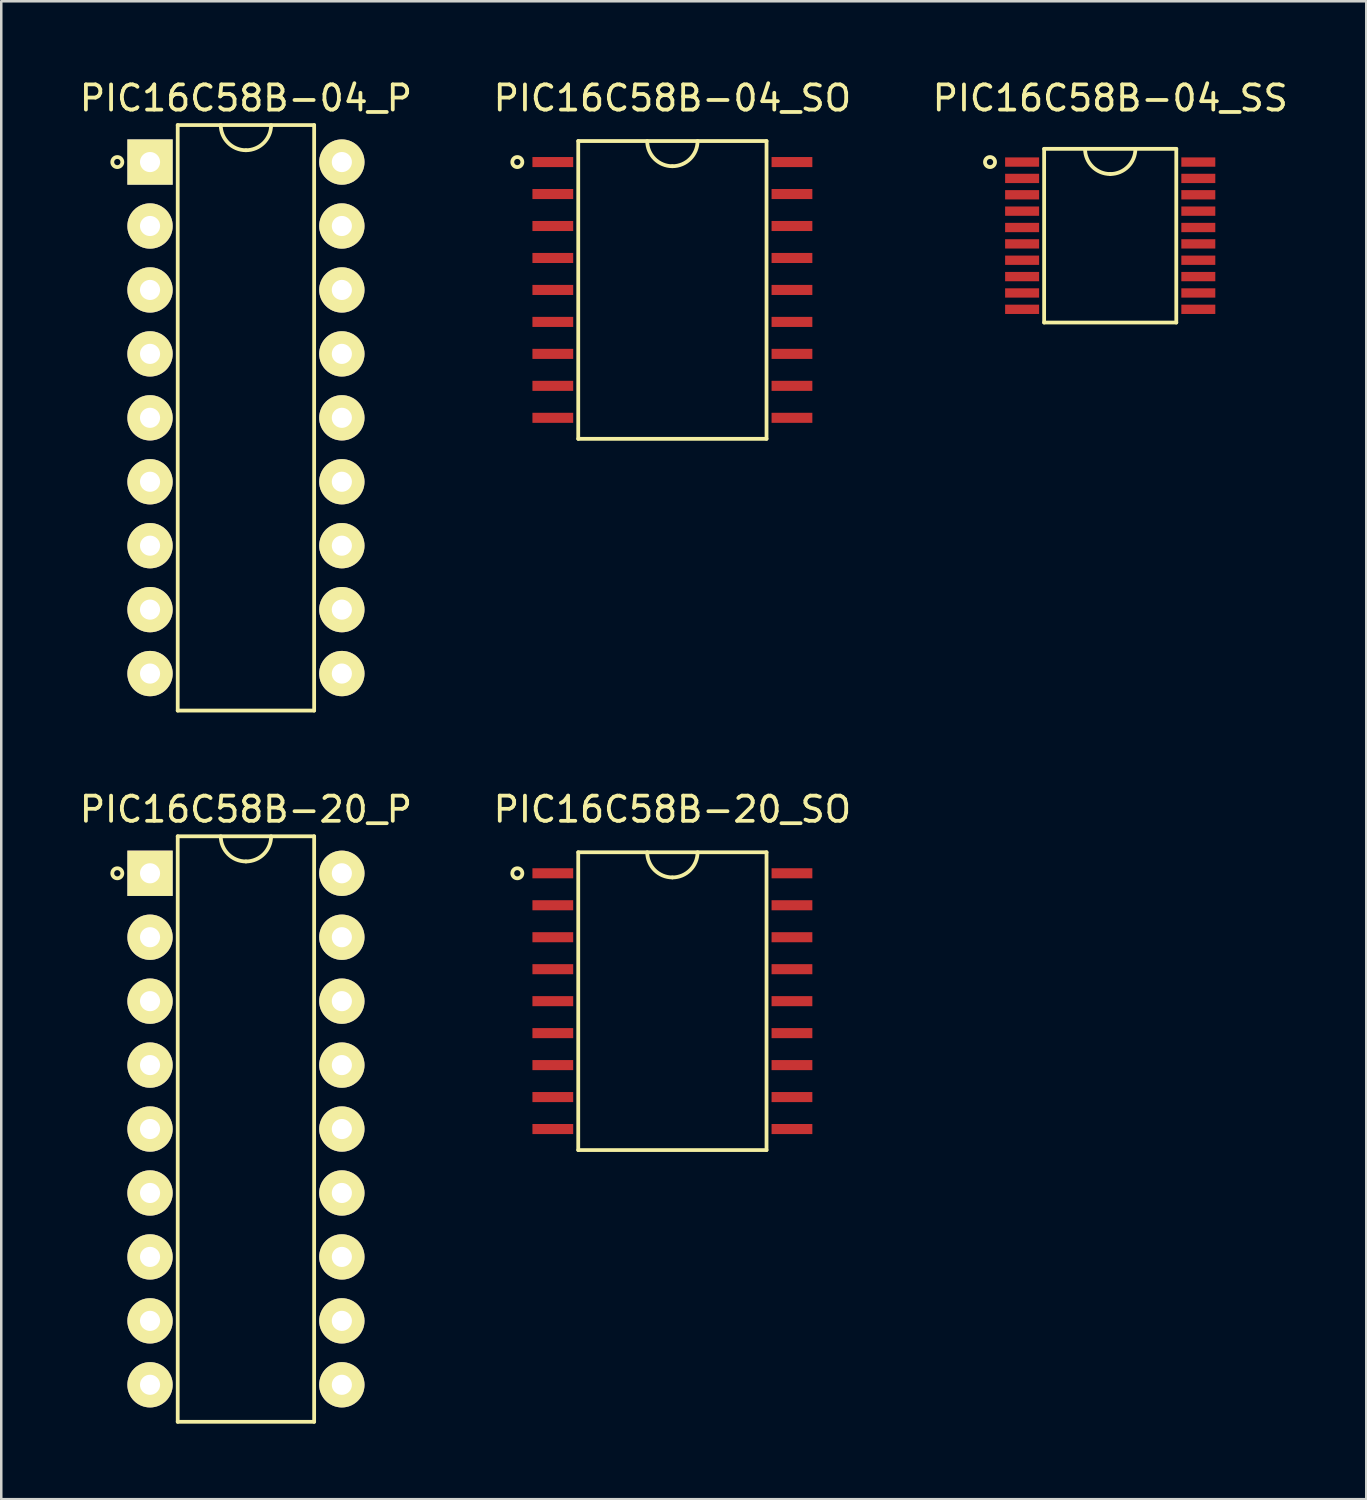
<source format=kicad_pcb>
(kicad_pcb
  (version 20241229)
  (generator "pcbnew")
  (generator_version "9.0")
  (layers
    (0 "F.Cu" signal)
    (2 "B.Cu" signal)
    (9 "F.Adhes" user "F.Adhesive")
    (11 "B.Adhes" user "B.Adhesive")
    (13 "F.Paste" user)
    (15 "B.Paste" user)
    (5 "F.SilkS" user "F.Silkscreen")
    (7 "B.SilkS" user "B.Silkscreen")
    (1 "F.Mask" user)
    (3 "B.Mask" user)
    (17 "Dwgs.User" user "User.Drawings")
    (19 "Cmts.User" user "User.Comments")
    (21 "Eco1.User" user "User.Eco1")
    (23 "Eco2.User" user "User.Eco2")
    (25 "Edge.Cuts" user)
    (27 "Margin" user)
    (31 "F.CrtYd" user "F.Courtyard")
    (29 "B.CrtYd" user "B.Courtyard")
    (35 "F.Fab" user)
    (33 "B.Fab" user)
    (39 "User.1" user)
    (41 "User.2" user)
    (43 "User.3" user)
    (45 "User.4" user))
  (footprint "PIC16C58B-04_SO"
    (layer "F.Cu")
    (at 18.911 3.388)
    (property "Reference" "PIC16C58B-04_SO" (at 4.75 -2.54 0) (layer "F.SilkS") (effects (font (size 1 1) (thickness 0.15))))
    (attr through_hole)
    (fp_line (start 1.01 -0.835) (end 8.49 -0.835) (stroke (width 0.15) (type solid)) (layer "F.SilkS"))
    (fp_line (start 1.01 10.995) (end 1.01 -0.835) (stroke (width 0.15) (type solid)) (layer "F.SilkS"))
    (fp_line (start 8.49 -0.835) (end 8.49 10.995) (stroke (width 0.15) (type solid)) (layer "F.SilkS"))
    (fp_line (start 8.49 10.995) (end 1.01 10.995) (stroke (width 0.15) (type solid)) (layer "F.SilkS"))
    (fp_arc (start 4.75 0.165) (mid 4.042893 -0.127893) (end 3.75 -0.835) (stroke (width 0.15) (type solid)) (layer "F.SilkS"))
    (fp_arc (start 5.75 -0.835) (mid 5.457107 -0.127893) (end 4.75 0.165) (stroke (width 0.15) (type solid)) (layer "F.SilkS"))
    (fp_circle (center -1.41 0) (end -1.41 0.2) (stroke (width 0.15) (type solid)) (fill no) (layer "F.SilkS"))
    (pad "1" smd rect (at 0 0) (size 1.62 0.4) (layers "F.Cu" "F.Mask" "F.Paste"))
    (pad "2" smd rect (at 0 1.27) (size 1.62 0.4) (layers "F.Cu" "F.Mask" "F.Paste"))
    (pad "3" smd rect (at 0 2.54) (size 1.62 0.4) (layers "F.Cu" "F.Mask" "F.Paste"))
    (pad "4" smd rect (at 0 3.81) (size 1.62 0.4) (layers "F.Cu" "F.Mask" "F.Paste"))
    (pad "5" smd rect (at 0 5.08) (size 1.62 0.4) (layers "F.Cu" "F.Mask" "F.Paste"))
    (pad "6" smd rect (at 0 6.35) (size 1.62 0.4) (layers "F.Cu" "F.Mask" "F.Paste"))
    (pad "7" smd rect (at 0 7.62) (size 1.62 0.4) (layers "F.Cu" "F.Mask" "F.Paste"))
    (pad "8" smd rect (at 0 8.89) (size 1.62 0.4) (layers "F.Cu" "F.Mask" "F.Paste"))
    (pad "9" smd rect (at 0 10.16) (size 1.62 0.4) (layers "F.Cu" "F.Mask" "F.Paste"))
    (pad "10" smd rect (at 9.5 10.16) (size 1.62 0.4) (layers "F.Cu" "F.Mask" "F.Paste"))
    (pad "11" smd rect (at 9.5 8.89) (size 1.62 0.4) (layers "F.Cu" "F.Mask" "F.Paste"))
    (pad "12" smd rect (at 9.5 7.62) (size 1.62 0.4) (layers "F.Cu" "F.Mask" "F.Paste"))
    (pad "13" smd rect (at 9.5 6.35) (size 1.62 0.4) (layers "F.Cu" "F.Mask" "F.Paste"))
    (pad "14" smd rect (at 9.5 5.08) (size 1.62 0.4) (layers "F.Cu" "F.Mask" "F.Paste"))
    (pad "15" smd rect (at 9.5 3.81) (size 1.62 0.4) (layers "F.Cu" "F.Mask" "F.Paste"))
    (pad "16" smd rect (at 9.5 2.54) (size 1.62 0.4) (layers "F.Cu" "F.Mask" "F.Paste"))
    (pad "17" smd rect (at 9.5 1.27) (size 1.62 0.4) (layers "F.Cu" "F.Mask" "F.Paste"))
    (pad "18" smd rect (at 9.5 0) (size 1.62 0.4) (layers "F.Cu" "F.Mask" "F.Paste")))
  (footprint "PIC16C58B-04_P"
    (layer "F.Cu")
    (at 2.91 3.388)
    (property "Reference" "PIC16C58B-04_P" (at 3.81 -2.54 0) (layer "F.SilkS") (effects (font (size 1 1) (thickness 0.15))))
    (attr through_hole)
    (fp_line (start 1.1 -1.47) (end 6.52 -1.47) (stroke (width 0.15) (type solid)) (layer "F.SilkS"))
    (fp_line (start 1.1 21.79) (end 1.1 -1.47) (stroke (width 0.15) (type solid)) (layer "F.SilkS"))
    (fp_line (start 6.52 -1.47) (end 6.52 21.79) (stroke (width 0.15) (type solid)) (layer "F.SilkS"))
    (fp_line (start 6.52 21.79) (end 1.1 21.79) (stroke (width 0.15) (type solid)) (layer "F.SilkS"))
    (fp_arc (start 3.81 -0.47) (mid 3.102893 -0.762893) (end 2.81 -1.47) (stroke (width 0.15) (type solid)) (layer "F.SilkS"))
    (fp_arc (start 4.81 -1.47) (mid 4.517107 -0.762893) (end 3.81 -0.47) (stroke (width 0.15) (type solid)) (layer "F.SilkS"))
    (fp_circle (center -1.3 0) (end -1.3 0.2) (stroke (width 0.15) (type solid)) (fill no) (layer "F.SilkS"))
    (pad "1" thru_hole rect (at 0 0) (size 1.8 1.8) (drill 0.8) (layers "*.Cu" "*.Mask" "F.SilkS"))
    (pad "2" thru_hole circle (at 0 2.54) (size 1.8 1.8) (drill 0.8) (layers "*.Cu" "*.Mask" "F.SilkS"))
    (pad "3" thru_hole circle (at 0 5.08) (size 1.8 1.8) (drill 0.8) (layers "*.Cu" "*.Mask" "F.SilkS"))
    (pad "4" thru_hole circle (at 0 7.62) (size 1.8 1.8) (drill 0.8) (layers "*.Cu" "*.Mask" "F.SilkS"))
    (pad "5" thru_hole circle (at 0 10.16) (size 1.8 1.8) (drill 0.8) (layers "*.Cu" "*.Mask" "F.SilkS"))
    (pad "6" thru_hole circle (at 0 12.7) (size 1.8 1.8) (drill 0.8) (layers "*.Cu" "*.Mask" "F.SilkS"))
    (pad "7" thru_hole circle (at 0 15.24) (size 1.8 1.8) (drill 0.8) (layers "*.Cu" "*.Mask" "F.SilkS"))
    (pad "8" thru_hole circle (at 0 17.78) (size 1.8 1.8) (drill 0.8) (layers "*.Cu" "*.Mask" "F.SilkS"))
    (pad "9" thru_hole circle (at 0 20.32) (size 1.8 1.8) (drill 0.8) (layers "*.Cu" "*.Mask" "F.SilkS"))
    (pad "10" thru_hole circle (at 7.62 20.32) (size 1.8 1.8) (drill 0.8) (layers "*.Cu" "*.Mask" "F.SilkS"))
    (pad "11" thru_hole circle (at 7.62 17.78) (size 1.8 1.8) (drill 0.8) (layers "*.Cu" "*.Mask" "F.SilkS"))
    (pad "12" thru_hole circle (at 7.62 15.24) (size 1.8 1.8) (drill 0.8) (layers "*.Cu" "*.Mask" "F.SilkS"))
    (pad "13" thru_hole circle (at 7.62 12.7) (size 1.8 1.8) (drill 0.8) (layers "*.Cu" "*.Mask" "F.SilkS"))
    (pad "14" thru_hole circle (at 7.62 10.16) (size 1.8 1.8) (drill 0.8) (layers "*.Cu" "*.Mask" "F.SilkS"))
    (pad "15" thru_hole circle (at 7.62 7.62) (size 1.8 1.8) (drill 0.8) (layers "*.Cu" "*.Mask" "F.SilkS"))
    (pad "16" thru_hole circle (at 7.62 5.08) (size 1.8 1.8) (drill 0.8) (layers "*.Cu" "*.Mask" "F.SilkS"))
    (pad "17" thru_hole circle (at 7.62 2.54) (size 1.8 1.8) (drill 0.8) (layers "*.Cu" "*.Mask" "F.SilkS"))
    (pad "18" thru_hole circle (at 7.62 0) (size 1.8 1.8) (drill 0.8) (layers "*.Cu" "*.Mask" "F.SilkS")))
  (footprint "PIC16C58B-04_SS"
    (layer "F.Cu")
    (at 37.554 3.388)
    (property "Reference" "PIC16C58B-04_SS" (at 3.5 -2.54 0) (layer "F.SilkS") (effects (font (size 1 1) (thickness 0.15))))
    (attr through_hole)
    (fp_line (start 0.875 -0.525) (end 6.125 -0.525) (stroke (width 0.15) (type solid)) (layer "F.SilkS"))
    (fp_line (start 0.875 6.375) (end 0.875 -0.525) (stroke (width 0.15) (type solid)) (layer "F.SilkS"))
    (fp_line (start 6.125 -0.525) (end 6.125 6.375) (stroke (width 0.15) (type solid)) (layer "F.SilkS"))
    (fp_line (start 6.125 6.375) (end 0.875 6.375) (stroke (width 0.15) (type solid)) (layer "F.SilkS"))
    (fp_arc (start 3.5 0.475) (mid 2.792893 0.182107) (end 2.5 -0.525) (stroke (width 0.15) (type solid)) (layer "F.SilkS"))
    (fp_arc (start 4.5 -0.525) (mid 4.207107 0.182107) (end 3.5 0.475) (stroke (width 0.15) (type solid)) (layer "F.SilkS"))
    (fp_circle (center -1.275 0) (end -1.275 0.2) (stroke (width 0.15) (type solid)) (fill no) (layer "F.SilkS"))
    (pad "1" smd rect (at 0 0) (size 1.35 0.37) (layers "F.Cu" "F.Mask" "F.Paste"))
    (pad "2" smd rect (at 0 0.65) (size 1.35 0.37) (layers "F.Cu" "F.Mask" "F.Paste"))
    (pad "3" smd rect (at 0 1.3) (size 1.35 0.37) (layers "F.Cu" "F.Mask" "F.Paste"))
    (pad "4" smd rect (at 0 1.95) (size 1.35 0.37) (layers "F.Cu" "F.Mask" "F.Paste"))
    (pad "5" smd rect (at 0 2.6) (size 1.35 0.37) (layers "F.Cu" "F.Mask" "F.Paste"))
    (pad "6" smd rect (at 0 3.25) (size 1.35 0.37) (layers "F.Cu" "F.Mask" "F.Paste"))
    (pad "7" smd rect (at 0 3.9) (size 1.35 0.37) (layers "F.Cu" "F.Mask" "F.Paste"))
    (pad "8" smd rect (at 0 4.55) (size 1.35 0.37) (layers "F.Cu" "F.Mask" "F.Paste"))
    (pad "9" smd rect (at 0 5.2) (size 1.35 0.37) (layers "F.Cu" "F.Mask" "F.Paste"))
    (pad "10" smd rect (at 0 5.85) (size 1.35 0.37) (layers "F.Cu" "F.Mask" "F.Paste"))
    (pad "11" smd rect (at 7 5.85) (size 1.35 0.37) (layers "F.Cu" "F.Mask" "F.Paste"))
    (pad "12" smd rect (at 7 5.2) (size 1.35 0.37) (layers "F.Cu" "F.Mask" "F.Paste"))
    (pad "13" smd rect (at 7 4.55) (size 1.35 0.37) (layers "F.Cu" "F.Mask" "F.Paste"))
    (pad "14" smd rect (at 7 3.9) (size 1.35 0.37) (layers "F.Cu" "F.Mask" "F.Paste"))
    (pad "15" smd rect (at 7 3.25) (size 1.35 0.37) (layers "F.Cu" "F.Mask" "F.Paste"))
    (pad "16" smd rect (at 7 2.6) (size 1.35 0.37) (layers "F.Cu" "F.Mask" "F.Paste"))
    (pad "17" smd rect (at 7 1.95) (size 1.35 0.37) (layers "F.Cu" "F.Mask" "F.Paste"))
    (pad "18" smd rect (at 7 1.3) (size 1.35 0.37) (layers "F.Cu" "F.Mask" "F.Paste"))
    (pad "19" smd rect (at 7 0.65) (size 1.35 0.37) (layers "F.Cu" "F.Mask" "F.Paste"))
    (pad "20" smd rect (at 7 0) (size 1.35 0.37) (layers "F.Cu" "F.Mask" "F.Paste")))
  (footprint "PIC16C58B-20_SO"
    (layer "F.Cu")
    (at 18.911 31.642)
    (property "Reference" "PIC16C58B-20_SO" (at 4.75 -2.54 0) (layer "F.SilkS") (effects (font (size 1 1) (thickness 0.15))))
    (attr through_hole)
    (fp_line (start 1.01 -0.835) (end 8.49 -0.835) (stroke (width 0.15) (type solid)) (layer "F.SilkS"))
    (fp_line (start 1.01 10.995) (end 1.01 -0.835) (stroke (width 0.15) (type solid)) (layer "F.SilkS"))
    (fp_line (start 8.49 -0.835) (end 8.49 10.995) (stroke (width 0.15) (type solid)) (layer "F.SilkS"))
    (fp_line (start 8.49 10.995) (end 1.01 10.995) (stroke (width 0.15) (type solid)) (layer "F.SilkS"))
    (fp_arc (start 4.75 0.165) (mid 4.042893 -0.127893) (end 3.75 -0.835) (stroke (width 0.15) (type solid)) (layer "F.SilkS"))
    (fp_arc (start 5.75 -0.835) (mid 5.457107 -0.127893) (end 4.75 0.165) (stroke (width 0.15) (type solid)) (layer "F.SilkS"))
    (fp_circle (center -1.41 0) (end -1.41 0.2) (stroke (width 0.15) (type solid)) (fill no) (layer "F.SilkS"))
    (pad "1" smd rect (at 0 0) (size 1.62 0.4) (layers "F.Cu" "F.Mask" "F.Paste"))
    (pad "2" smd rect (at 0 1.27) (size 1.62 0.4) (layers "F.Cu" "F.Mask" "F.Paste"))
    (pad "3" smd rect (at 0 2.54) (size 1.62 0.4) (layers "F.Cu" "F.Mask" "F.Paste"))
    (pad "4" smd rect (at 0 3.81) (size 1.62 0.4) (layers "F.Cu" "F.Mask" "F.Paste"))
    (pad "5" smd rect (at 0 5.08) (size 1.62 0.4) (layers "F.Cu" "F.Mask" "F.Paste"))
    (pad "6" smd rect (at 0 6.35) (size 1.62 0.4) (layers "F.Cu" "F.Mask" "F.Paste"))
    (pad "7" smd rect (at 0 7.62) (size 1.62 0.4) (layers "F.Cu" "F.Mask" "F.Paste"))
    (pad "8" smd rect (at 0 8.89) (size 1.62 0.4) (layers "F.Cu" "F.Mask" "F.Paste"))
    (pad "9" smd rect (at 0 10.16) (size 1.62 0.4) (layers "F.Cu" "F.Mask" "F.Paste"))
    (pad "10" smd rect (at 9.5 10.16) (size 1.62 0.4) (layers "F.Cu" "F.Mask" "F.Paste"))
    (pad "11" smd rect (at 9.5 8.89) (size 1.62 0.4) (layers "F.Cu" "F.Mask" "F.Paste"))
    (pad "12" smd rect (at 9.5 7.62) (size 1.62 0.4) (layers "F.Cu" "F.Mask" "F.Paste"))
    (pad "13" smd rect (at 9.5 6.35) (size 1.62 0.4) (layers "F.Cu" "F.Mask" "F.Paste"))
    (pad "14" smd rect (at 9.5 5.08) (size 1.62 0.4) (layers "F.Cu" "F.Mask" "F.Paste"))
    (pad "15" smd rect (at 9.5 3.81) (size 1.62 0.4) (layers "F.Cu" "F.Mask" "F.Paste"))
    (pad "16" smd rect (at 9.5 2.54) (size 1.62 0.4) (layers "F.Cu" "F.Mask" "F.Paste"))
    (pad "17" smd rect (at 9.5 1.27) (size 1.62 0.4) (layers "F.Cu" "F.Mask" "F.Paste"))
    (pad "18" smd rect (at 9.5 0) (size 1.62 0.4) (layers "F.Cu" "F.Mask" "F.Paste")))
  (footprint "PIC16C58B-20_P"
    (layer "F.Cu")
    (at 2.91 31.642)
    (property "Reference" "PIC16C58B-20_P" (at 3.81 -2.54 0) (layer "F.SilkS") (effects (font (size 1 1) (thickness 0.15))))
    (attr through_hole)
    (fp_line (start 1.1 -1.47) (end 6.52 -1.47) (stroke (width 0.15) (type solid)) (layer "F.SilkS"))
    (fp_line (start 1.1 21.79) (end 1.1 -1.47) (stroke (width 0.15) (type solid)) (layer "F.SilkS"))
    (fp_line (start 6.52 -1.47) (end 6.52 21.79) (stroke (width 0.15) (type solid)) (layer "F.SilkS"))
    (fp_line (start 6.52 21.79) (end 1.1 21.79) (stroke (width 0.15) (type solid)) (layer "F.SilkS"))
    (fp_arc (start 3.81 -0.47) (mid 3.102893 -0.762893) (end 2.81 -1.47) (stroke (width 0.15) (type solid)) (layer "F.SilkS"))
    (fp_arc (start 4.81 -1.47) (mid 4.517107 -0.762893) (end 3.81 -0.47) (stroke (width 0.15) (type solid)) (layer "F.SilkS"))
    (fp_circle (center -1.3 0) (end -1.3 0.2) (stroke (width 0.15) (type solid)) (fill no) (layer "F.SilkS"))
    (pad "1" thru_hole rect (at 0 0) (size 1.8 1.8) (drill 0.8) (layers "*.Cu" "*.Mask" "F.SilkS"))
    (pad "2" thru_hole circle (at 0 2.54) (size 1.8 1.8) (drill 0.8) (layers "*.Cu" "*.Mask" "F.SilkS"))
    (pad "3" thru_hole circle (at 0 5.08) (size 1.8 1.8) (drill 0.8) (layers "*.Cu" "*.Mask" "F.SilkS"))
    (pad "4" thru_hole circle (at 0 7.62) (size 1.8 1.8) (drill 0.8) (layers "*.Cu" "*.Mask" "F.SilkS"))
    (pad "5" thru_hole circle (at 0 10.16) (size 1.8 1.8) (drill 0.8) (layers "*.Cu" "*.Mask" "F.SilkS"))
    (pad "6" thru_hole circle (at 0 12.7) (size 1.8 1.8) (drill 0.8) (layers "*.Cu" "*.Mask" "F.SilkS"))
    (pad "7" thru_hole circle (at 0 15.24) (size 1.8 1.8) (drill 0.8) (layers "*.Cu" "*.Mask" "F.SilkS"))
    (pad "8" thru_hole circle (at 0 17.78) (size 1.8 1.8) (drill 0.8) (layers "*.Cu" "*.Mask" "F.SilkS"))
    (pad "9" thru_hole circle (at 0 20.32) (size 1.8 1.8) (drill 0.8) (layers "*.Cu" "*.Mask" "F.SilkS"))
    (pad "10" thru_hole circle (at 7.62 20.32) (size 1.8 1.8) (drill 0.8) (layers "*.Cu" "*.Mask" "F.SilkS"))
    (pad "11" thru_hole circle (at 7.62 17.78) (size 1.8 1.8) (drill 0.8) (layers "*.Cu" "*.Mask" "F.SilkS"))
    (pad "12" thru_hole circle (at 7.62 15.24) (size 1.8 1.8) (drill 0.8) (layers "*.Cu" "*.Mask" "F.SilkS"))
    (pad "13" thru_hole circle (at 7.62 12.7) (size 1.8 1.8) (drill 0.8) (layers "*.Cu" "*.Mask" "F.SilkS"))
    (pad "14" thru_hole circle (at 7.62 10.16) (size 1.8 1.8) (drill 0.8) (layers "*.Cu" "*.Mask" "F.SilkS"))
    (pad "15" thru_hole circle (at 7.62 7.62) (size 1.8 1.8) (drill 0.8) (layers "*.Cu" "*.Mask" "F.SilkS"))
    (pad "16" thru_hole circle (at 7.62 5.08) (size 1.8 1.8) (drill 0.8) (layers "*.Cu" "*.Mask" "F.SilkS"))
    (pad "17" thru_hole circle (at 7.62 2.54) (size 1.8 1.8) (drill 0.8) (layers "*.Cu" "*.Mask" "F.SilkS"))
    (pad "18" thru_hole circle (at 7.62 0) (size 1.8 1.8) (drill 0.8) (layers "*.Cu" "*.Mask" "F.SilkS")))
  (gr_rect
    (start -3 -3)
    (end 51.226 56.507)
    (stroke (width 0.1) (type default))
    (fill no)
    (layer "Edge.Cuts")))
</source>
